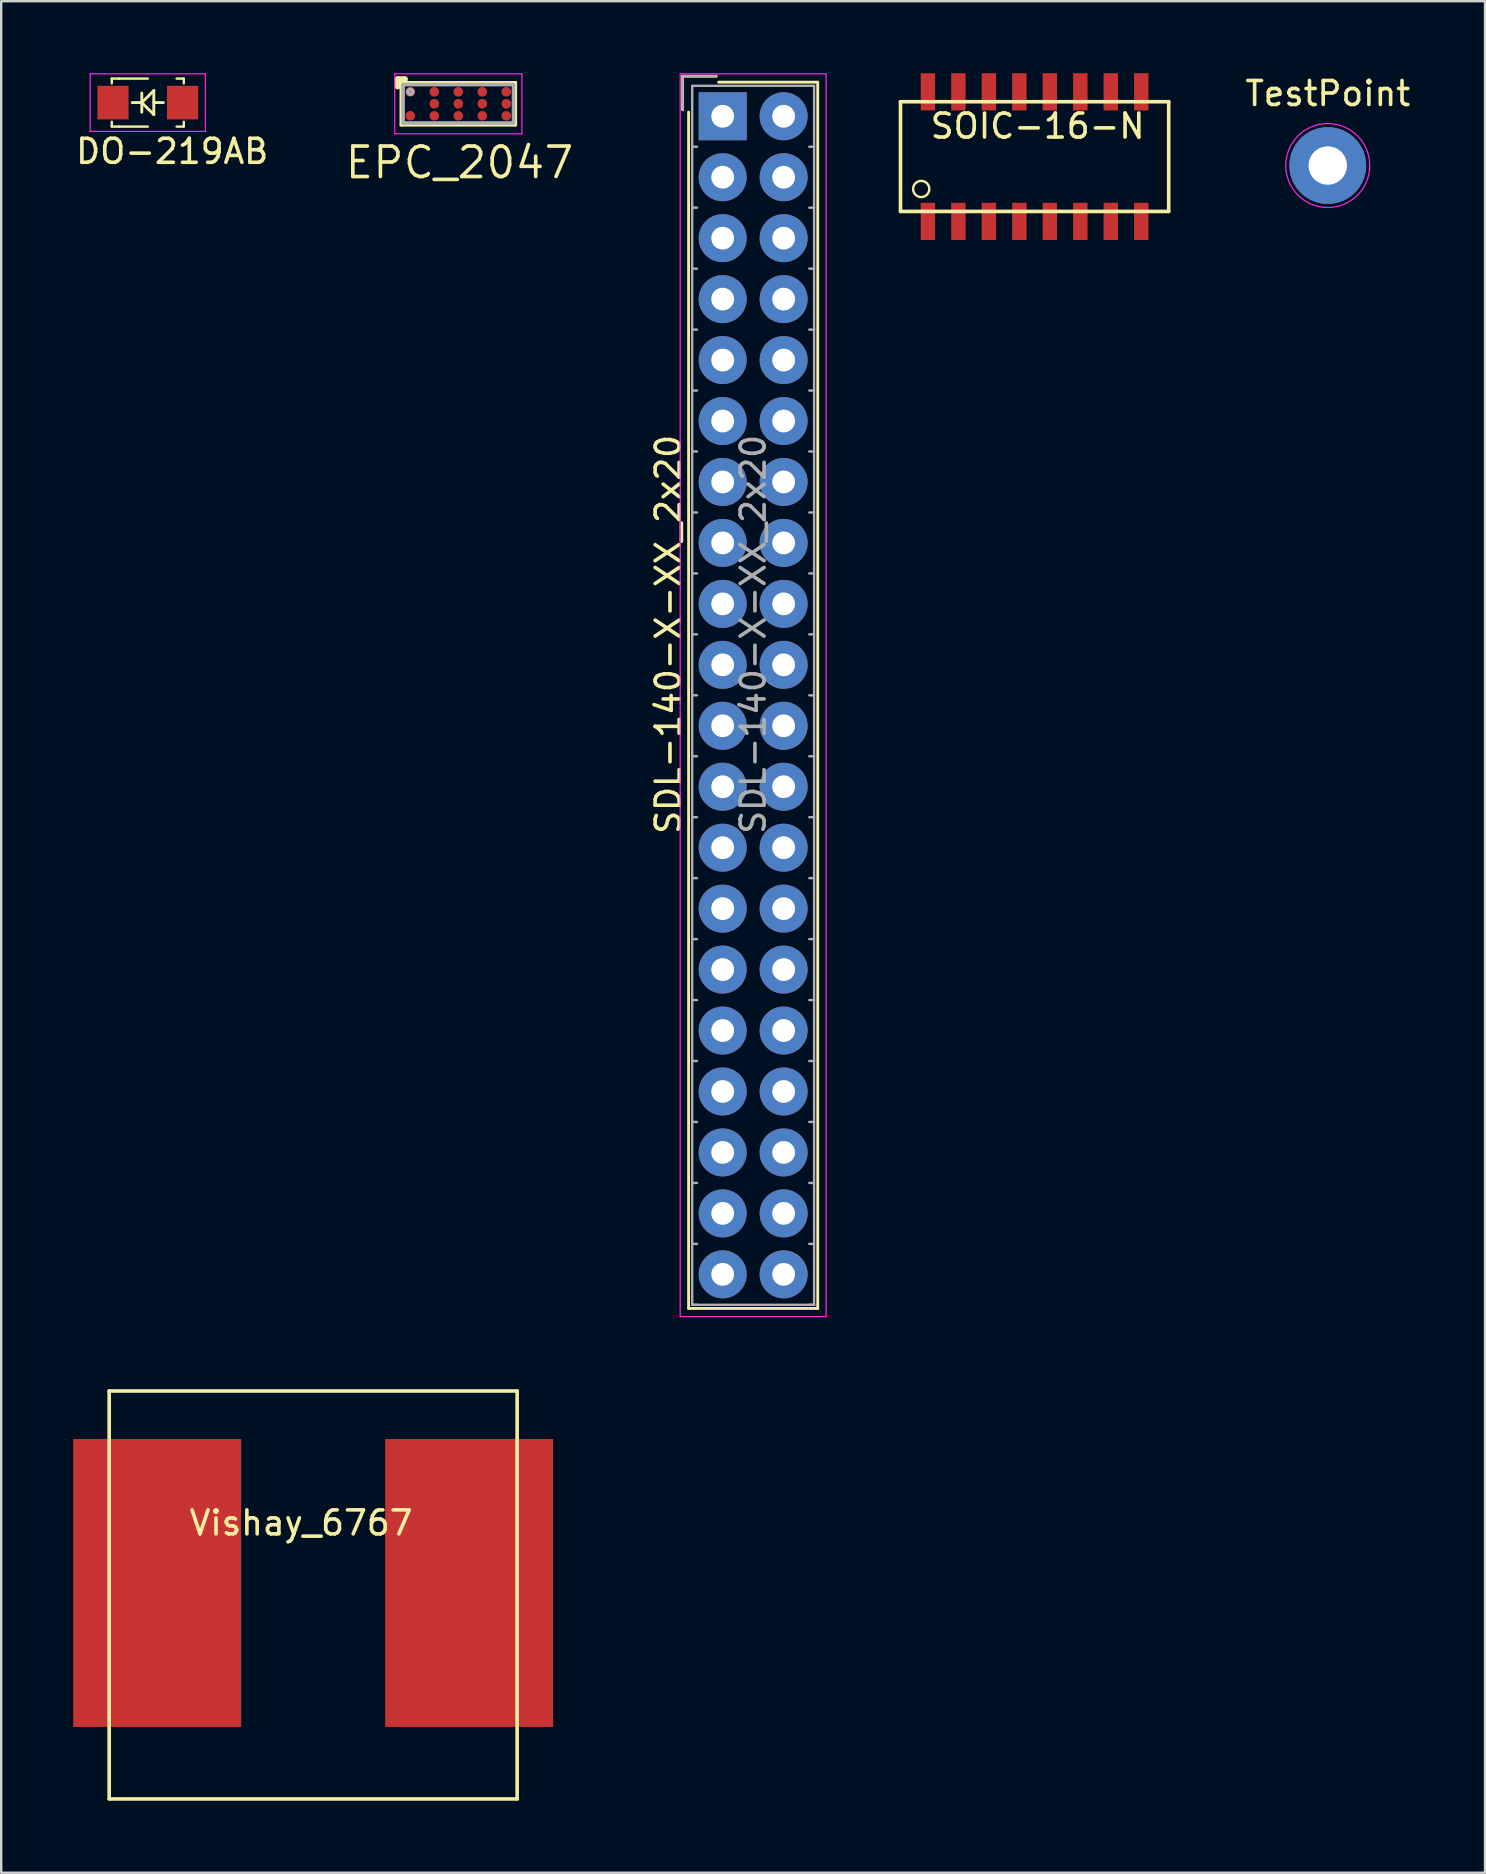
<source format=kicad_pcb>
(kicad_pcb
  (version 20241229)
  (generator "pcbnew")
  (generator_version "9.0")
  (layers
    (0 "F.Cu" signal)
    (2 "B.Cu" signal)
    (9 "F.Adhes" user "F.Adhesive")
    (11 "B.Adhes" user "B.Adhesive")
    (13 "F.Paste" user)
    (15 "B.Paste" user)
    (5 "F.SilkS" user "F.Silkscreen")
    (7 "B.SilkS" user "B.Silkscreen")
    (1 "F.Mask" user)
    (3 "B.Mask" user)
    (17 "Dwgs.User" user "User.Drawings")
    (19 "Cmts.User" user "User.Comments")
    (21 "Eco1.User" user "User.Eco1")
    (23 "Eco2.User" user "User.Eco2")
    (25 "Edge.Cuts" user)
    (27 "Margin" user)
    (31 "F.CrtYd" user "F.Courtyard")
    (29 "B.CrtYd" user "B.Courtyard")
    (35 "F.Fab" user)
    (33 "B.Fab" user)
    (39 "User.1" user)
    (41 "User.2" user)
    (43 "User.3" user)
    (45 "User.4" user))
  (footprint "SDL-140-X-XX_2x20"
    (layer "F.Cu")
    (at 27.066 1.795)
    (property "Reference" "SDL-140-X-XX_2x20" (at -2.27 21.59 90) (layer "F.SilkS") (effects (font (size 1 1) (thickness 0.15))))
    (attr through_hole)
    (fp_line (start -1.67 -1.67) (end -1.67 -0.27) (stroke (width 0.12) (type solid)) (layer "F.SilkS"))
    (fp_line (start -1.42 49.68) (end -1.42 -0.17) (stroke (width 0.12) (type solid)) (layer "F.SilkS"))
    (fp_line (start -0.27 -1.67) (end -1.67 -1.67) (stroke (width 0.12) (type solid)) (layer "F.SilkS"))
    (fp_line (start -0.17 -1.42) (end 3.96 -1.42) (stroke (width 0.12) (type solid)) (layer "F.SilkS"))
    (fp_line (start 3.96 -1.42) (end 3.96 49.68) (stroke (width 0.12) (type solid)) (layer "F.SilkS"))
    (fp_line (start 3.96 49.68) (end -1.42 49.68) (stroke (width 0.12) (type solid)) (layer "F.SilkS"))
    (fp_line (start -1.77 -1.77) (end -1.77 50.02) (stroke (width 0.05) (type solid)) (layer "F.CrtYd"))
    (fp_line (start -1.77 50.02) (end 4.31 50.02) (stroke (width 0.05) (type solid)) (layer "F.CrtYd"))
    (fp_line (start 4.31 -1.77) (end -1.77 -1.77) (stroke (width 0.05) (type solid)) (layer "F.CrtYd"))
    (fp_line (start 4.31 50.02) (end 4.31 -1.77) (stroke (width 0.05) (type solid)) (layer "F.CrtYd"))
    (fp_line (start -1.67 -1.67) (end -1.67 -0.27) (stroke (width 0.1) (type solid)) (layer "F.Fab"))
    (fp_line (start -1.27 -1.27) (end -1.27 49.53) (stroke (width 0.1) (type solid)) (layer "F.Fab"))
    (fp_line (start -1.27 1.27) (end -1.07 1.27) (stroke (width 0.1) (type solid)) (layer "F.Fab"))
    (fp_line (start -1.27 3.81) (end -1.07 3.81) (stroke (width 0.1) (type solid)) (layer "F.Fab"))
    (fp_line (start -1.27 6.35) (end -1.07 6.35) (stroke (width 0.1) (type solid)) (layer "F.Fab"))
    (fp_line (start -1.27 8.89) (end -1.07 8.89) (stroke (width 0.1) (type solid)) (layer "F.Fab"))
    (fp_line (start -1.27 11.43) (end -1.07 11.43) (stroke (width 0.1) (type solid)) (layer "F.Fab"))
    (fp_line (start -1.27 13.97) (end -1.07 13.97) (stroke (width 0.1) (type solid)) (layer "F.Fab"))
    (fp_line (start -1.27 16.51) (end -1.07 16.51) (stroke (width 0.1) (type solid)) (layer "F.Fab"))
    (fp_line (start -1.27 19.05) (end -1.07 19.05) (stroke (width 0.1) (type solid)) (layer "F.Fab"))
    (fp_line (start -1.27 21.59) (end -1.07 21.59) (stroke (width 0.1) (type solid)) (layer "F.Fab"))
    (fp_line (start -1.27 24.13) (end -1.07 24.13) (stroke (width 0.1) (type solid)) (layer "F.Fab"))
    (fp_line (start -1.27 26.67) (end -1.07 26.67) (stroke (width 0.1) (type solid)) (layer "F.Fab"))
    (fp_line (start -1.27 29.21) (end -1.07 29.21) (stroke (width 0.1) (type solid)) (layer "F.Fab"))
    (fp_line (start -1.27 31.75) (end -1.07 31.75) (stroke (width 0.1) (type solid)) (layer "F.Fab"))
    (fp_line (start -1.27 34.29) (end -1.07 34.29) (stroke (width 0.1) (type solid)) (layer "F.Fab"))
    (fp_line (start -1.27 36.83) (end -1.07 36.83) (stroke (width 0.1) (type solid)) (layer "F.Fab"))
    (fp_line (start -1.27 39.37) (end -1.07 39.37) (stroke (width 0.1) (type solid)) (layer "F.Fab"))
    (fp_line (start -1.27 41.91) (end -1.07 41.91) (stroke (width 0.1) (type solid)) (layer "F.Fab"))
    (fp_line (start -1.27 44.45) (end -1.07 44.45) (stroke (width 0.1) (type solid)) (layer "F.Fab"))
    (fp_line (start -1.27 46.99) (end -1.07 46.99) (stroke (width 0.1) (type solid)) (layer "F.Fab"))
    (fp_line (start -1.27 49.53) (end -1.07 49.53) (stroke (width 0.1) (type solid)) (layer "F.Fab"))
    (fp_line (start -1.27 49.53) (end 3.81 49.53) (stroke (width 0.1) (type solid)) (layer "F.Fab"))
    (fp_line (start -0.27 -1.67) (end -1.67 -1.67) (stroke (width 0.1) (type solid)) (layer "F.Fab"))
    (fp_line (start 3.81 -1.27) (end -1.27 -1.27) (stroke (width 0.1) (type solid)) (layer "F.Fab"))
    (fp_line (start 3.81 1.27) (end 3.61 1.27) (stroke (width 0.1) (type solid)) (layer "F.Fab"))
    (fp_line (start 3.81 3.81) (end 3.61 3.81) (stroke (width 0.1) (type solid)) (layer "F.Fab"))
    (fp_line (start 3.81 6.35) (end 3.61 6.35) (stroke (width 0.1) (type solid)) (layer "F.Fab"))
    (fp_line (start 3.81 8.89) (end 3.61 8.89) (stroke (width 0.1) (type solid)) (layer "F.Fab"))
    (fp_line (start 3.81 11.43) (end 3.61 11.43) (stroke (width 0.1) (type solid)) (layer "F.Fab"))
    (fp_line (start 3.81 13.97) (end 3.61 13.97) (stroke (width 0.1) (type solid)) (layer "F.Fab"))
    (fp_line (start 3.81 16.51) (end 3.61 16.51) (stroke (width 0.1) (type solid)) (layer "F.Fab"))
    (fp_line (start 3.81 19.05) (end 3.61 19.05) (stroke (width 0.1) (type solid)) (layer "F.Fab"))
    (fp_line (start 3.81 21.59) (end 3.61 21.59) (stroke (width 0.1) (type solid)) (layer "F.Fab"))
    (fp_line (start 3.81 24.13) (end 3.61 24.13) (stroke (width 0.1) (type solid)) (layer "F.Fab"))
    (fp_line (start 3.81 26.67) (end 3.61 26.67) (stroke (width 0.1) (type solid)) (layer "F.Fab"))
    (fp_line (start 3.81 29.21) (end 3.61 29.21) (stroke (width 0.1) (type solid)) (layer "F.Fab"))
    (fp_line (start 3.81 31.75) (end 3.61 31.75) (stroke (width 0.1) (type solid)) (layer "F.Fab"))
    (fp_line (start 3.81 34.29) (end 3.61 34.29) (stroke (width 0.1) (type solid)) (layer "F.Fab"))
    (fp_line (start 3.81 36.83) (end 3.61 36.83) (stroke (width 0.1) (type solid)) (layer "F.Fab"))
    (fp_line (start 3.81 39.37) (end 3.61 39.37) (stroke (width 0.1) (type solid)) (layer "F.Fab"))
    (fp_line (start 3.81 41.91) (end 3.61 41.91) (stroke (width 0.1) (type solid)) (layer "F.Fab"))
    (fp_line (start 3.81 44.45) (end 3.61 44.45) (stroke (width 0.1) (type solid)) (layer "F.Fab"))
    (fp_line (start 3.81 46.99) (end 3.61 46.99) (stroke (width 0.1) (type solid)) (layer "F.Fab"))
    (fp_line (start 3.81 49.53) (end 3.61 49.53) (stroke (width 0.1) (type solid)) (layer "F.Fab"))
    (fp_line (start 3.81 49.53) (end 3.81 -1.27) (stroke (width 0.1) (type solid)) (layer "F.Fab"))
    (fp_text user "${REFERENCE}" (at 1.27 21.59 90) (layer "F.Fab") (effects (font (size 1 1) (thickness 0.15))))
    (pad "1" thru_hole rect (at 0 0) (size 2 2) (drill 0.95) (layers "*.Cu" "*.Mask"))
    (pad "2" thru_hole circle (at 2.54 0) (size 2 2) (drill 0.95) (layers "*.Cu" "*.Mask"))
    (pad "3" thru_hole circle (at 0 2.54) (size 2 2) (drill 0.95) (layers "*.Cu" "*.Mask"))
    (pad "4" thru_hole circle (at 2.54 2.54) (size 2 2) (drill 0.95) (layers "*.Cu" "*.Mask"))
    (pad "5" thru_hole circle (at 0 5.08) (size 2 2) (drill 0.95) (layers "*.Cu" "*.Mask"))
    (pad "6" thru_hole circle (at 2.54 5.08) (size 2 2) (drill 0.95) (layers "*.Cu" "*.Mask"))
    (pad "7" thru_hole circle (at 0 7.62) (size 2 2) (drill 0.95) (layers "*.Cu" "*.Mask"))
    (pad "8" thru_hole circle (at 2.54 7.62) (size 2 2) (drill 0.95) (layers "*.Cu" "*.Mask"))
    (pad "9" thru_hole circle (at 0 10.16) (size 2 2) (drill 0.95) (layers "*.Cu" "*.Mask"))
    (pad "10" thru_hole circle (at 2.54 10.16) (size 2 2) (drill 0.95) (layers "*.Cu" "*.Mask"))
    (pad "11" thru_hole circle (at 0 12.7) (size 2 2) (drill 0.95) (layers "*.Cu" "*.Mask"))
    (pad "12" thru_hole circle (at 2.54 12.7) (size 2 2) (drill 0.95) (layers "*.Cu" "*.Mask"))
    (pad "13" thru_hole circle (at 0 15.24) (size 2 2) (drill 0.95) (layers "*.Cu" "*.Mask"))
    (pad "14" thru_hole circle (at 2.54 15.24) (size 2 2) (drill 0.95) (layers "*.Cu" "*.Mask"))
    (pad "15" thru_hole circle (at 0 17.78) (size 2 2) (drill 0.95) (layers "*.Cu" "*.Mask"))
    (pad "16" thru_hole circle (at 2.54 17.78) (size 2 2) (drill 0.95) (layers "*.Cu" "*.Mask"))
    (pad "17" thru_hole circle (at 0 20.32) (size 2 2) (drill 0.95) (layers "*.Cu" "*.Mask"))
    (pad "18" thru_hole circle (at 2.54 20.32) (size 2 2) (drill 0.95) (layers "*.Cu" "*.Mask"))
    (pad "19" thru_hole circle (at 0 22.86) (size 2 2) (drill 0.95) (layers "*.Cu" "*.Mask"))
    (pad "20" thru_hole circle (at 2.54 22.86) (size 2 2) (drill 0.95) (layers "*.Cu" "*.Mask"))
    (pad "21" thru_hole circle (at 0 25.4) (size 2 2) (drill 0.95) (layers "*.Cu" "*.Mask"))
    (pad "22" thru_hole circle (at 2.54 25.4) (size 2 2) (drill 0.95) (layers "*.Cu" "*.Mask"))
    (pad "23" thru_hole circle (at 0 27.94) (size 2 2) (drill 0.95) (layers "*.Cu" "*.Mask"))
    (pad "24" thru_hole circle (at 2.54 27.94) (size 2 2) (drill 0.95) (layers "*.Cu" "*.Mask"))
    (pad "25" thru_hole circle (at 0 30.48) (size 2 2) (drill 0.95) (layers "*.Cu" "*.Mask"))
    (pad "26" thru_hole circle (at 2.54 30.48) (size 2 2) (drill 0.95) (layers "*.Cu" "*.Mask"))
    (pad "27" thru_hole circle (at 0 33.02) (size 2 2) (drill 0.95) (layers "*.Cu" "*.Mask"))
    (pad "28" thru_hole circle (at 2.54 33.02) (size 2 2) (drill 0.95) (layers "*.Cu" "*.Mask"))
    (pad "29" thru_hole circle (at 0 35.56) (size 2 2) (drill 0.95) (layers "*.Cu" "*.Mask"))
    (pad "30" thru_hole circle (at 2.54 35.56) (size 2 2) (drill 0.95) (layers "*.Cu" "*.Mask"))
    (pad "31" thru_hole circle (at 0 38.1) (size 2 2) (drill 0.95) (layers "*.Cu" "*.Mask"))
    (pad "32" thru_hole circle (at 2.54 38.1) (size 2 2) (drill 0.95) (layers "*.Cu" "*.Mask"))
    (pad "33" thru_hole circle (at 0 40.64) (size 2 2) (drill 0.95) (layers "*.Cu" "*.Mask"))
    (pad "34" thru_hole circle (at 2.54 40.64) (size 2 2) (drill 0.95) (layers "*.Cu" "*.Mask"))
    (pad "35" thru_hole circle (at 0 43.18) (size 2 2) (drill 0.95) (layers "*.Cu" "*.Mask"))
    (pad "36" thru_hole circle (at 2.54 43.18) (size 2 2) (drill 0.95) (layers "*.Cu" "*.Mask"))
    (pad "37" thru_hole circle (at 0 45.72) (size 2 2) (drill 0.95) (layers "*.Cu" "*.Mask"))
    (pad "38" thru_hole circle (at 2.54 45.72) (size 2 2) (drill 0.95) (layers "*.Cu" "*.Mask"))
    (pad "39" thru_hole circle (at 0 48.26) (size 2 2) (drill 0.95) (layers "*.Cu" "*.Mask"))
    (pad "40" thru_hole circle (at 2.54 48.26) (size 2 2) (drill 0.95) (layers "*.Cu" "*.Mask")))
  (footprint "TestPoint"
    (layer "F.Cu")
    (at 52.281 3.848)
    (property "Reference" "TestPoint" (at 0 -3 0) (layer "F.SilkS") (effects (font (size 1 1) (thickness 0.15))))
    (attr exclude_from_pos_files exclude_from_bom)
    (fp_circle (center 0 0) (end 1.75 0) (stroke (width 0.05) (type solid)) (fill no) (layer "F.CrtYd"))
    (pad "1" thru_hole circle (at 0 0) (size 3.2 3.2) (drill 1.6) (layers "*.Cu" "*.Mask")))
  (footprint "Vishay_6767"
    (layer "F.Cu")
    (at 9.5 59.915)
    (property "Reference" "Vishay_6767" (at 0 0.5 0) (layer "F.SilkS") (effects (font (size 1 1) (thickness 0.15))))
    (attr through_hole)
    (fp_line (start -8 -5) (end 9 -5) (stroke (width 0.15) (type solid)) (layer "F.SilkS"))
    (fp_line (start -8 12) (end -8 -5) (stroke (width 0.15) (type solid)) (layer "F.SilkS"))
    (fp_line (start -8 12) (end 9 12) (stroke (width 0.15) (type solid)) (layer "F.SilkS"))
    (fp_line (start 9 12) (end 9 -5) (stroke (width 0.15) (type solid)) (layer "F.SilkS"))
    (pad "1" smd rect (at -6 3) (size 7 12) (layers "F.Cu" "F.Mask" "F.Paste"))
    (pad "2" smd rect (at 7 3) (size 7 12) (layers "F.Cu" "F.Mask" "F.Paste")))
  (footprint "DO-219AB"
    (layer "F.Cu")
    (at 3.109 1.225)
    (property "Reference" "DO-219AB" (at 1.016 2.032 0) (layer "F.SilkS") (effects (font (size 1 1) (thickness 0.15))))
    (attr through_hole)
    (fp_line (start -1.5 -1) (end -1.2 -1) (stroke (width 0.1) (type solid)) (layer "F.SilkS"))
    (fp_line (start -1.5 -0.8) (end -1.5 -1) (stroke (width 0.1) (type solid)) (layer "F.SilkS"))
    (fp_line (start -1.5 0.8) (end -1.5 1) (stroke (width 0.1) (type solid)) (layer "F.SilkS"))
    (fp_line (start -1.5 1) (end -1.2 1) (stroke (width 0.1) (type solid)) (layer "F.SilkS"))
    (fp_line (start -1.2 -1) (end 0 -1) (stroke (width 0.1) (type solid)) (layer "F.SilkS"))
    (fp_line (start -1.2 1) (end 0 1) (stroke (width 0.1) (type solid)) (layer "F.SilkS"))
    (fp_line (start -0.25 -0.4) (end -0.25 0.4) (stroke (width 0.12) (type solid)) (layer "F.SilkS"))
    (fp_line (start -0.25 0) (end -0.65 0) (stroke (width 0.12) (type solid)) (layer "F.SilkS"))
    (fp_line (start -0.25 0) (end 0.25 -0.5) (stroke (width 0.12) (type solid)) (layer "F.SilkS"))
    (fp_line (start -0.25 0) (end 0.25 0.5) (stroke (width 0.12) (type solid)) (layer "F.SilkS"))
    (fp_line (start 0.25 -0.5) (end 0.25 0.5) (stroke (width 0.12) (type solid)) (layer "F.SilkS"))
    (fp_line (start 0.25 0) (end 0.65 0) (stroke (width 0.12) (type solid)) (layer "F.SilkS"))
    (fp_line (start 1.2 -1) (end 1.5 -1) (stroke (width 0.1) (type solid)) (layer "F.SilkS"))
    (fp_line (start 1.5 -1) (end 1.5 -0.8) (stroke (width 0.1) (type solid)) (layer "F.SilkS"))
    (fp_line (start 1.5 0.8) (end 1.5 1) (stroke (width 0.1) (type solid)) (layer "F.SilkS"))
    (fp_line (start 1.5 1) (end 1.2 1) (stroke (width 0.1) (type solid)) (layer "F.SilkS"))
    (fp_line (start -2.4 -1.2) (end 2.4 -1.2) (stroke (width 0.05) (type solid)) (layer "F.CrtYd"))
    (fp_line (start -2.4 1.2) (end -2.4 -1.2) (stroke (width 0.05) (type solid)) (layer "F.CrtYd"))
    (fp_line (start -2.4 1.2) (end 2.4 1.2) (stroke (width 0.05) (type solid)) (layer "F.CrtYd"))
    (fp_line (start 2.4 -1.2) (end 2.4 1.2) (stroke (width 0.05) (type solid)) (layer "F.CrtYd"))
    (pad "1" smd rect (at -1.45 0) (size 1.3 1.4) (layers "F.Cu" "F.Mask" "F.Paste"))
    (pad "2" smd rect (at 1.45 0) (size 1.3 1.4) (layers "F.Cu" "F.Mask" "F.Paste")))
  (footprint "EPC_2047"
    (layer "F.Cu")
    (at 16.049 1.275)
    (property "Reference" "EPC_2047" (at 0.05 2.45 0) (layer "F.SilkS") (effects (font (size 1.27 1.27) (thickness 0.152))))
    (attr through_hole)
    (fp_line (start -2.525 -1.025) (end -2.525 -0.725) (stroke (width 0.25) (type solid)) (layer "F.SilkS"))
    (fp_line (start -2.375 -0.875) (end 2.375 -0.875) (stroke (width 0.15) (type solid)) (layer "F.SilkS"))
    (fp_line (start -2.375 0.875) (end -2.375 -0.875) (stroke (width 0.15) (type solid)) (layer "F.SilkS"))
    (fp_line (start -2.225 -1.025) (end -2.525 -1.025) (stroke (width 0.25) (type solid)) (layer "F.SilkS"))
    (fp_line (start 2.375 -0.875) (end 2.375 0.875) (stroke (width 0.15) (type solid)) (layer "F.SilkS"))
    (fp_line (start 2.375 0.875) (end -2.375 0.875) (stroke (width 0.15) (type solid)) (layer "F.SilkS"))
    (fp_line (start -2.65 -1.25) (end 2.65 -1.25) (stroke (width 0.05) (type solid)) (layer "F.CrtYd"))
    (fp_line (start -2.65 1.25) (end -2.65 -1.25) (stroke (width 0.05) (type solid)) (layer "F.CrtYd"))
    (fp_line (start 2.65 -1.25) (end 2.65 1.25) (stroke (width 0.05) (type solid)) (layer "F.CrtYd"))
    (fp_line (start 2.65 1.25) (end -2.65 1.25) (stroke (width 0.05) (type solid)) (layer "F.CrtYd"))
    (fp_line (start -2.3 -0.8) (end 2.3 -0.8) (stroke (width 0.15) (type solid)) (layer "F.Fab"))
    (fp_line (start -2.3 0.8) (end -2.3 -0.8) (stroke (width 0.15) (type solid)) (layer "F.Fab"))
    (fp_line (start 2.3 -0.8) (end 2.3 0.8) (stroke (width 0.15) (type solid)) (layer "F.Fab"))
    (fp_line (start 2.3 0.8) (end -2.3 0.8) (stroke (width 0.15) (type solid)) (layer "F.Fab"))
    (fp_circle (center -2 -0.5) (end -1.975 -0.4) (stroke (width 0.15) (type solid)) (fill no) (layer "F.Fab"))
    (pad "D" smd circle (at -1 -0.5) (size 0.4 0.4) (layers "F.Cu" "F.Mask" "F.Paste"))
    (pad "D" smd circle (at -1 0) (size 0.4 0.4) (layers "F.Cu" "F.Mask" "F.Paste"))
    (pad "D" smd circle (at -1 0.5) (size 0.4 0.4) (layers "F.Cu" "F.Mask" "F.Paste"))
    (pad "D" smd circle (at 1 -0.5) (size 0.4 0.4) (layers "F.Cu" "F.Mask" "F.Paste"))
    (pad "D" smd circle (at 1 0) (size 0.4 0.4) (layers "F.Cu" "F.Mask" "F.Paste"))
    (pad "D" smd circle (at 1 0.5) (size 0.4 0.4) (layers "F.Cu" "F.Mask" "F.Paste"))
    (pad "G" smd circle (at -2 -0.5) (size 0.4 0.4) (layers "F.Cu" "F.Mask" "F.Paste"))
    (pad "S" smd circle (at -2 0.5) (size 0.4 0.4) (layers "F.Cu" "F.Mask" "F.Paste"))
    (pad "S" smd circle (at 0 -0.5) (size 0.4 0.4) (layers "F.Cu" "F.Mask" "F.Paste"))
    (pad "S" smd circle (at 0 0) (size 0.4 0.4) (layers "F.Cu" "F.Mask" "F.Paste"))
    (pad "S" smd circle (at 0 0.5) (size 0.4 0.4) (layers "F.Cu" "F.Mask" "F.Paste"))
    (pad "S" smd circle (at 2 -0.5) (size 0.4 0.4) (layers "F.Cu" "F.Mask" "F.Paste"))
    (pad "S" smd circle (at 2 0.5) (size 0.4 0.4) (layers "F.Cu" "F.Mask" "F.Paste"))
    (pad "SS" smd circle (at 2 0) (size 0.4 0.4) (layers "F.Cu" "F.Mask" "F.Paste")))
  (footprint "SOIC-16-N"
    (layer "F.Cu")
    (at 40.064 3.475)
    (property "Reference" "SOIC-16-N" (at 0.127 -1.27 0) (layer "F.SilkS") (effects (font (size 1 1) (thickness 0.15))))
    (attr smd)
    (fp_line (start -5.588 -2.286) (end 5.588 -2.286) (stroke (width 0.15) (type solid)) (layer "F.SilkS"))
    (fp_line (start -5.588 2.286) (end -5.588 -2.286) (stroke (width 0.15) (type solid)) (layer "F.SilkS"))
    (fp_line (start 5.588 -2.286) (end 5.588 2.286) (stroke (width 0.15) (type solid)) (layer "F.SilkS"))
    (fp_line (start 5.588 2.286) (end -5.588 2.286) (stroke (width 0.15) (type solid)) (layer "F.SilkS"))
    (fp_circle (center -4.725 1.35) (end -4.388 1.35) (stroke (width 0.1) (type solid)) (fill no) (layer "F.SilkS"))
    (pad "1" smd rect (at -4.445 2.7) (size 0.6 1.55) (layers "F.Cu" "F.Mask" "F.Paste"))
    (pad "2" smd rect (at -3.175 2.7) (size 0.6 1.55) (layers "F.Cu" "F.Mask" "F.Paste"))
    (pad "3" smd rect (at -1.905 2.7) (size 0.6 1.55) (layers "F.Cu" "F.Mask" "F.Paste"))
    (pad "4" smd rect (at -0.635 2.7) (size 0.6 1.55) (layers "F.Cu" "F.Mask" "F.Paste"))
    (pad "5" smd rect (at 0.635 2.7) (size 0.6 1.55) (layers "F.Cu" "F.Mask" "F.Paste"))
    (pad "6" smd rect (at 1.905 2.7) (size 0.6 1.55) (layers "F.Cu" "F.Mask" "F.Paste"))
    (pad "7" smd rect (at 3.175 2.7) (size 0.6 1.55) (layers "F.Cu" "F.Mask" "F.Paste"))
    (pad "8" smd rect (at 4.445 2.7) (size 0.6 1.55) (layers "F.Cu" "F.Mask" "F.Paste"))
    (pad "9" smd rect (at 4.445 -2.7) (size 0.6 1.55) (layers "F.Cu" "F.Mask" "F.Paste"))
    (pad "10" smd rect (at 3.175 -2.7) (size 0.6 1.55) (layers "F.Cu" "F.Mask" "F.Paste"))
    (pad "11" smd rect (at 1.905 -2.7) (size 0.6 1.55) (layers "F.Cu" "F.Mask" "F.Paste"))
    (pad "12" smd rect (at 0.635 -2.7) (size 0.6 1.55) (layers "F.Cu" "F.Mask" "F.Paste"))
    (pad "13" smd rect (at -0.635 -2.7) (size 0.6 1.55) (layers "F.Cu" "F.Mask" "F.Paste"))
    (pad "14" smd rect (at -1.905 -2.7) (size 0.6 1.55) (layers "F.Cu" "F.Mask" "F.Paste"))
    (pad "15" smd rect (at -3.175 -2.7) (size 0.6 1.55) (layers "F.Cu" "F.Mask" "F.Paste"))
    (pad "16" smd rect (at -4.445 -2.7) (size 0.6 1.55) (layers "F.Cu" "F.Mask" "F.Paste")))
  (gr_rect
    (start -3 -3)
    (end 58.834 74.99)
    (stroke (width 0.1) (type default))
    (fill no)
    (layer "Edge.Cuts")))
</source>
